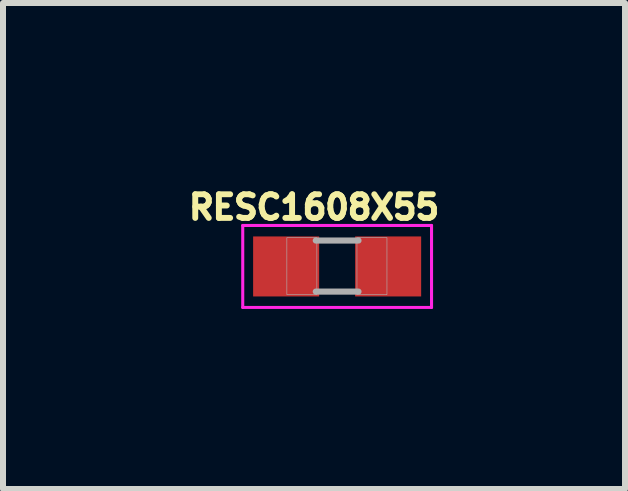
<source format=kicad_pcb>
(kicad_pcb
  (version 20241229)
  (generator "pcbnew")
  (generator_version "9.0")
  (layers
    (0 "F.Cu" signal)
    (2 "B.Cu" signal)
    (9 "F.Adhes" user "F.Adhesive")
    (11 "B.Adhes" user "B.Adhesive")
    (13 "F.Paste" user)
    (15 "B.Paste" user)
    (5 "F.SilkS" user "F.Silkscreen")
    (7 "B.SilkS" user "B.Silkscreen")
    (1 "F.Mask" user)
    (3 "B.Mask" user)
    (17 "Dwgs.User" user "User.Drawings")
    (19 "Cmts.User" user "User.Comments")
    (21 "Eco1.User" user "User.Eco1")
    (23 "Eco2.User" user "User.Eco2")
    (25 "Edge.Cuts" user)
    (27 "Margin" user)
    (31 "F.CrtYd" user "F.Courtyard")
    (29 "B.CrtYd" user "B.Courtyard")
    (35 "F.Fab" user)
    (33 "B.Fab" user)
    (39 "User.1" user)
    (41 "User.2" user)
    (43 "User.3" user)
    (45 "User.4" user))
  (footprint "RESC1608X55"
    (layer "F.Cu")
    (at 2.568 1.39)
    (property "Reference" "RESC1608X55" (at -0.385 -0.986 0) (layer "F.SilkS") (effects (font (size 0.394 0.394) (thickness 0.15))))
    (attr smd)
    (fp_line (start -1.573 -0.683) (end 1.573 -0.683) (stroke (width 0.051) (type solid)) (layer "F.CrtYd"))
    (fp_line (start -1.573 0.683) (end -1.573 -0.683) (stroke (width 0.051) (type solid)) (layer "F.CrtYd"))
    (fp_line (start 1.573 -0.683) (end 1.573 0.683) (stroke (width 0.051) (type solid)) (layer "F.CrtYd"))
    (fp_line (start 1.573 0.683) (end -1.573 0.683) (stroke (width 0.051) (type solid)) (layer "F.CrtYd"))
    (fp_line (start -0.356 -0.432) (end 0.356 -0.432) (stroke (width 0.102) (type solid)) (layer "F.Fab"))
    (fp_line (start -0.356 0.419) (end 0.356 0.419) (stroke (width 0.102) (type solid)) (layer "F.Fab"))
    (fp_poly (pts (xy -0.838 -0.48) (xy -0.338 -0.48) (xy -0.338 0.47) (xy -0.838 0.47)) (stroke (width 0.01) (type solid)) (fill no) (layer "F.Fab"))
    (fp_poly (pts (xy 0.33 -0.48) (xy 0.83 -0.48) (xy 0.83 0.47) (xy 0.33 0.47)) (stroke (width 0.01) (type solid)) (fill no) (layer "F.Fab"))
    (pad "1" smd rect (at -0.85 0) (size 1.1 1) (layers "F.Cu" "F.Mask" "F.Paste"))
    (pad "2" smd rect (at 0.85 0) (size 1.1 1) (layers "F.Cu" "F.Mask" "F.Paste")))
  (gr_rect
    (start -3 -3)
    (end 7.365 5.098)
    (stroke (width 0.1) (type default))
    (fill no)
    (layer "Edge.Cuts")))
</source>
